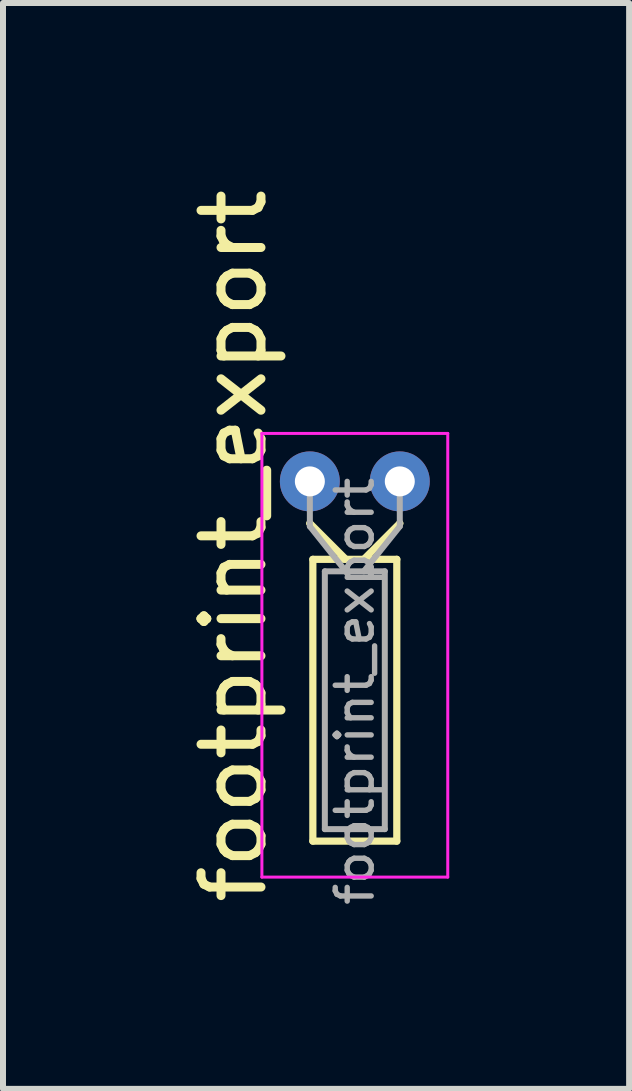
<source format=kicad_pcb>
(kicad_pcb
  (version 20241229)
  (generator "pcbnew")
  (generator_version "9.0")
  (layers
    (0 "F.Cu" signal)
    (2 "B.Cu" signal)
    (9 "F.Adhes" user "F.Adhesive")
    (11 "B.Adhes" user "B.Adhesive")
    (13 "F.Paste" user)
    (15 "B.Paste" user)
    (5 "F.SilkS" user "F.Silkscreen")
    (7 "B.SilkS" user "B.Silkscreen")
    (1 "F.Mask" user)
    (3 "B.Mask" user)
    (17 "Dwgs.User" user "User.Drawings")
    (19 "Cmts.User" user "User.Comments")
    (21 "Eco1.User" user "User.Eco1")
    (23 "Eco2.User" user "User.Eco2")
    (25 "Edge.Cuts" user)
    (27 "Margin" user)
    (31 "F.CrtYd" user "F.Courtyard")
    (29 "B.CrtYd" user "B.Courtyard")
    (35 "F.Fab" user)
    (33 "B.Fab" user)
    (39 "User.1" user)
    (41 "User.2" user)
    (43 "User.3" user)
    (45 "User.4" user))
  (footprint "footprint_export"
    (layer "F.Cu")
    (at 2.118 4.979)
    (property "Reference" "footprint_export" (at -1.27 1.075 90) (layer "F.SilkS") (effects (font (size 1 1) (thickness 0.15))))
    (attr through_hole)
    (fp_line (start 0 0.7) (end 0 0.7) (stroke (width 0.12) (type solid)) (layer "F.SilkS"))
    (fp_line (start 0.05 1.3) (end 0.05 6) (stroke (width 0.12) (type solid)) (layer "F.SilkS"))
    (fp_line (start 0.05 6) (end 1.45 6) (stroke (width 0.12) (type solid)) (layer "F.SilkS"))
    (fp_line (start 0.6 1.3) (end 0 0.7) (stroke (width 0.12) (type solid)) (layer "F.SilkS"))
    (fp_line (start 0.9 1.3) (end 1.5 0.7) (stroke (width 0.12) (type solid)) (layer "F.SilkS"))
    (fp_line (start 1.45 1.3) (end 0.05 1.3) (stroke (width 0.12) (type solid)) (layer "F.SilkS"))
    (fp_line (start 1.45 6) (end 1.45 1.3) (stroke (width 0.12) (type solid)) (layer "F.SilkS"))
    (fp_line (start 1.5 0.7) (end 1.5 0.7) (stroke (width 0.12) (type solid)) (layer "F.SilkS"))
    (fp_line (start -0.8 -0.8) (end -0.8 6.6) (stroke (width 0.05) (type solid)) (layer "F.CrtYd"))
    (fp_line (start -0.8 6.6) (end 2.3 6.6) (stroke (width 0.05) (type solid)) (layer "F.CrtYd"))
    (fp_line (start 2.3 -0.8) (end -0.8 -0.8) (stroke (width 0.05) (type solid)) (layer "F.CrtYd"))
    (fp_line (start 2.3 6.6) (end 2.3 -0.8) (stroke (width 0.05) (type solid)) (layer "F.CrtYd"))
    (fp_line (start 0 0.75) (end 0 0) (stroke (width 0.1) (type solid)) (layer "F.Fab"))
    (fp_line (start 0.25 1.5) (end 0.25 5.8) (stroke (width 0.1) (type solid)) (layer "F.Fab"))
    (fp_line (start 0.25 5.8) (end 1.25 5.8) (stroke (width 0.1) (type solid)) (layer "F.Fab"))
    (fp_line (start 0.6 1.5) (end 0 0.75) (stroke (width 0.1) (type solid)) (layer "F.Fab"))
    (fp_line (start 0.9 1.5) (end 1.5 0.75) (stroke (width 0.1) (type solid)) (layer "F.Fab"))
    (fp_line (start 1.25 1.5) (end 0.25 1.5) (stroke (width 0.1) (type solid)) (layer "F.Fab"))
    (fp_line (start 1.25 5.8) (end 1.25 1.5) (stroke (width 0.1) (type solid)) (layer "F.Fab"))
    (fp_line (start 1.5 0.75) (end 1.5 0) (stroke (width 0.1) (type solid)) (layer "F.Fab"))
    (fp_text user "${REFERENCE}" (at 0.75 3.5 90) (layer "F.Fab") (effects (font (size 0.6 0.6) (thickness 0.09))))
    (pad "1" thru_hole circle (at 0 0) (size 1 1) (drill 0.5) (layers "*.Cu" "*.Mask"))
    (pad "2" thru_hole circle (at 1.5 0) (size 1 1) (drill 0.5) (layers "*.Cu" "*.Mask")))
  (gr_rect
    (start -3 -3)
    (end 7.443 15.111)
    (stroke (width 0.1) (type default))
    (fill no)
    (layer "Edge.Cuts")))
</source>
